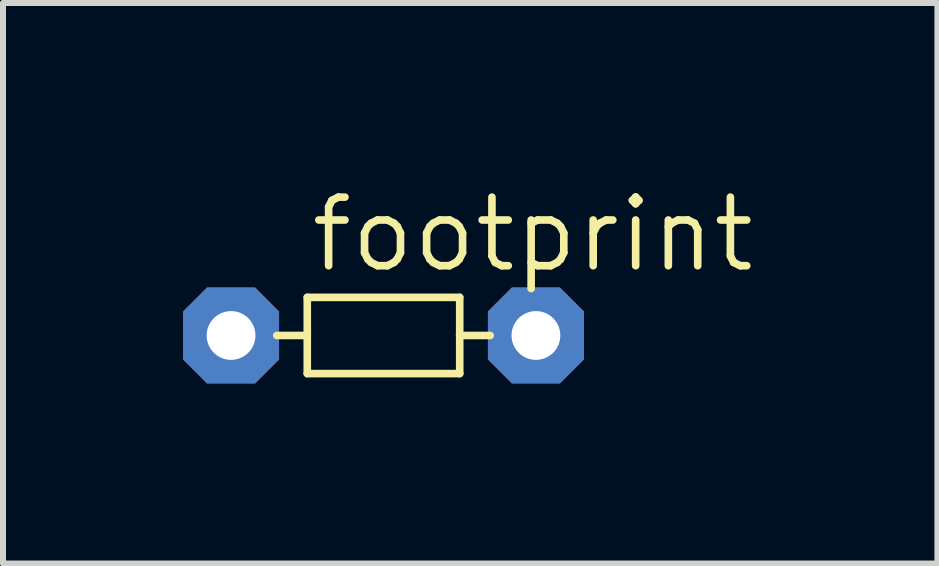
<source format=kicad_pcb>
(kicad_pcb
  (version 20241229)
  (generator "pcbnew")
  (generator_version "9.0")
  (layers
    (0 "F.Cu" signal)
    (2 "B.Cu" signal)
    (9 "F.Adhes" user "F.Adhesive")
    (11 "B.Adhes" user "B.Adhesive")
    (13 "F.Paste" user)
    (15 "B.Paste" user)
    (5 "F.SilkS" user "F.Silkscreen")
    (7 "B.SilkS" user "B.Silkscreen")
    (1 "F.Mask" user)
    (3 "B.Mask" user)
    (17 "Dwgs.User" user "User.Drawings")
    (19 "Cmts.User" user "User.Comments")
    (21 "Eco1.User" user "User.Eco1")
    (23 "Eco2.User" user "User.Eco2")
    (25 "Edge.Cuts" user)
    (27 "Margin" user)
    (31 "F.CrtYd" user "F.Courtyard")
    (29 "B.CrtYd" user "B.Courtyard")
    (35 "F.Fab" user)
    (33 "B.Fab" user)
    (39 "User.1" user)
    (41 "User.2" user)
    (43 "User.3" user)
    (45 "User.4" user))
  (footprint "footprint"
    (layer "F.Cu")
    (at 3.34 2.54)
    (property "Reference" "footprint" (at -1.27 -1.016 0) (layer "F.SilkS") (effects (font (size 1.143 1.143) (thickness 0.127)) (justify left bottom)))
    (fp_line (start -1.778 0) (end -1.27 0) (stroke (width 0.127) (type solid)) (layer "F.SilkS"))
    (fp_line (start -1.27 -0.635) (end -1.27 0) (stroke (width 0.127) (type solid)) (layer "F.SilkS"))
    (fp_line (start -1.27 -0.635) (end 1.27 -0.635) (stroke (width 0.127) (type solid)) (layer "F.SilkS"))
    (fp_line (start -1.27 0) (end -1.27 0.635) (stroke (width 0.127) (type solid)) (layer "F.SilkS"))
    (fp_line (start 1.27 -0.635) (end 1.27 0) (stroke (width 0.127) (type solid)) (layer "F.SilkS"))
    (fp_line (start 1.27 0) (end 1.27 0.635) (stroke (width 0.127) (type solid)) (layer "F.SilkS"))
    (fp_line (start 1.27 0) (end 1.778 0) (stroke (width 0.127) (type solid)) (layer "F.SilkS"))
    (fp_line (start 1.27 0.635) (end -1.27 0.635) (stroke (width 0.127) (type solid)) (layer "F.SilkS"))
    (pad "1" thru_hole roundrect (at -2.54 0) (size 1.6 1.6) (drill 0.813) (layers "*.Cu" "*.Mask") (roundrect_rratio 0.25) (chamfer_ratio 0.25) (chamfer top_left top_right bottom_left bottom_right))
    (pad "2" thru_hole roundrect (at 2.54 0) (size 1.6 1.6) (drill 0.813) (layers "*.Cu" "*.Mask") (roundrect_rratio 0.25) (chamfer_ratio 0.25) (chamfer top_left top_right bottom_left bottom_right)))
  (gr_rect
    (start -3 -3)
    (end 12.57 6.34)
    (stroke (width 0.1) (type default))
    (fill no)
    (layer "Edge.Cuts")))
</source>
